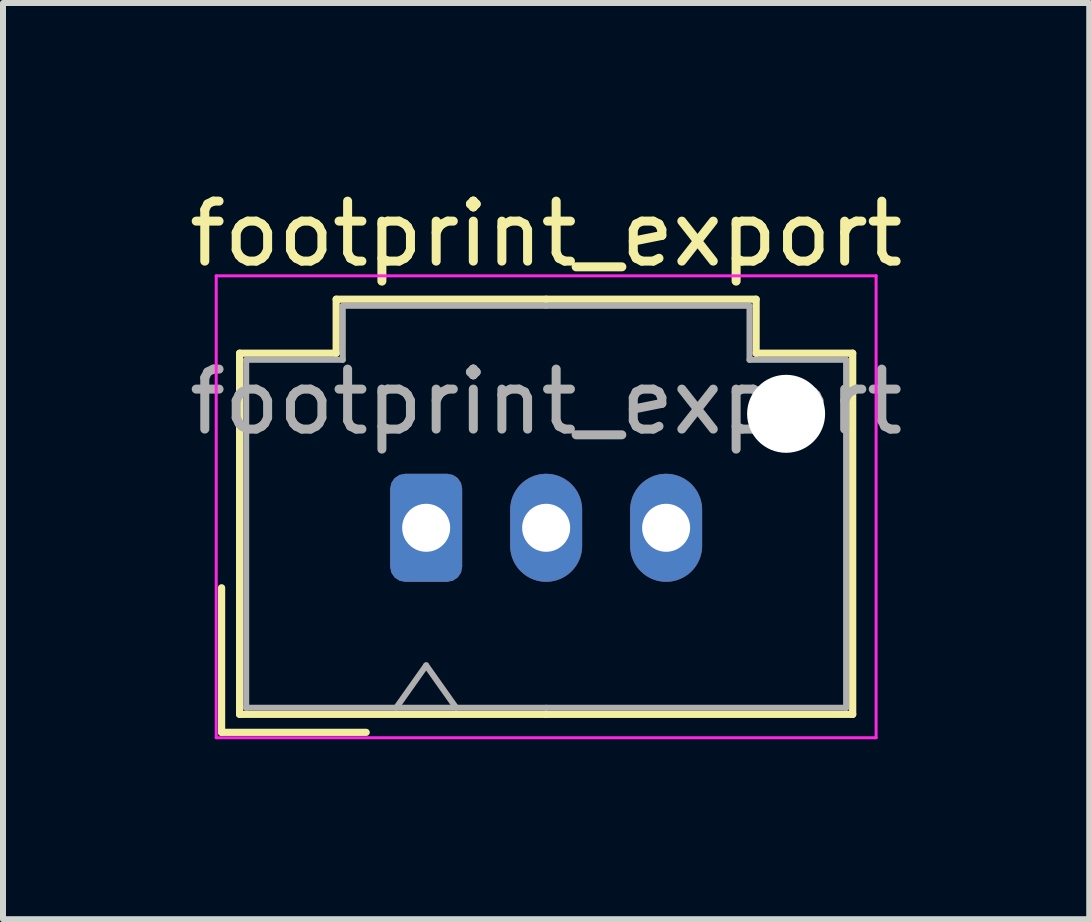
<source format=kicad_pcb>
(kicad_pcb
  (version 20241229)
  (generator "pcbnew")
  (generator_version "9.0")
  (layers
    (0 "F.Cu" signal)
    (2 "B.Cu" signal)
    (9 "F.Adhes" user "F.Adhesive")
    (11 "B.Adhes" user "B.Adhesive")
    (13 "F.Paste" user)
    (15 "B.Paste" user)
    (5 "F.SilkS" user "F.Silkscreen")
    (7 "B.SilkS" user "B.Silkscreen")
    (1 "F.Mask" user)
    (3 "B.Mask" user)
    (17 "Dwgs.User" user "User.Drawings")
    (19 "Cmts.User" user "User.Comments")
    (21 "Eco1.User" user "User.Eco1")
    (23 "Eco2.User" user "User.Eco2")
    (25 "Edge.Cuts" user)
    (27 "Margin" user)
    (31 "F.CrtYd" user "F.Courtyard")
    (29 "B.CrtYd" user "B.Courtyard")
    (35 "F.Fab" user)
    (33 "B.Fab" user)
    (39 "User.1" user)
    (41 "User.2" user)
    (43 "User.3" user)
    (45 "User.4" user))
  (footprint "footprint_export"
    (layer "F.Cu")
    (at 4.054 5.748)
    (property "Reference" "footprint_export" (at 2 -4.9 0) (layer "F.SilkS") (effects (font (size 1 1) (thickness 0.15))))
    (attr through_hole)
    (fp_line (start -3.41 1) (end -3.41 3.41) (stroke (width 0.12) (type solid)) (layer "F.SilkS"))
    (fp_line (start -3.41 3.41) (end -1 3.41) (stroke (width 0.12) (type solid)) (layer "F.SilkS"))
    (fp_line (start -3.11 -2.91) (end -3.11 3.11) (stroke (width 0.12) (type solid)) (layer "F.SilkS"))
    (fp_line (start -3.11 3.11) (end 2 3.11) (stroke (width 0.12) (type solid)) (layer "F.SilkS"))
    (fp_line (start -1.5 -3.81) (end -1.5 -2.91) (stroke (width 0.12) (type solid)) (layer "F.SilkS"))
    (fp_line (start -1.5 -2.91) (end -3.11 -2.91) (stroke (width 0.12) (type solid)) (layer "F.SilkS"))
    (fp_line (start 2 -3.81) (end -1.5 -3.81) (stroke (width 0.12) (type solid)) (layer "F.SilkS"))
    (fp_line (start 2 -3.81) (end 5.5 -3.81) (stroke (width 0.12) (type solid)) (layer "F.SilkS"))
    (fp_line (start 5.5 -3.81) (end 5.5 -2.91) (stroke (width 0.12) (type solid)) (layer "F.SilkS"))
    (fp_line (start 5.5 -2.91) (end 7.11 -2.91) (stroke (width 0.12) (type solid)) (layer "F.SilkS"))
    (fp_line (start 7.11 -2.91) (end 7.11 3.11) (stroke (width 0.12) (type solid)) (layer "F.SilkS"))
    (fp_line (start 7.11 3.11) (end 2 3.11) (stroke (width 0.12) (type solid)) (layer "F.SilkS"))
    (fp_line (start -3.5 -4.2) (end -3.5 3.5) (stroke (width 0.05) (type solid)) (layer "F.CrtYd"))
    (fp_line (start -3.5 3.5) (end 7.5 3.5) (stroke (width 0.05) (type solid)) (layer "F.CrtYd"))
    (fp_line (start 7.5 -4.2) (end -3.5 -4.2) (stroke (width 0.05) (type solid)) (layer "F.CrtYd"))
    (fp_line (start 7.5 3.5) (end 7.5 -4.2) (stroke (width 0.05) (type solid)) (layer "F.CrtYd"))
    (fp_line (start -3 -2.8) (end -3 3) (stroke (width 0.1) (type solid)) (layer "F.Fab"))
    (fp_line (start -3 3) (end 2 3) (stroke (width 0.1) (type solid)) (layer "F.Fab"))
    (fp_line (start -1.39 -3.7) (end -1.39 -2.8) (stroke (width 0.1) (type solid)) (layer "F.Fab"))
    (fp_line (start -1.39 -2.8) (end -3 -2.8) (stroke (width 0.1) (type solid)) (layer "F.Fab"))
    (fp_line (start -0.5 3) (end 0 2.293) (stroke (width 0.1) (type solid)) (layer "F.Fab"))
    (fp_line (start 0 2.293) (end 0.5 3) (stroke (width 0.1) (type solid)) (layer "F.Fab"))
    (fp_line (start 2 -3.7) (end -1.39 -3.7) (stroke (width 0.1) (type solid)) (layer "F.Fab"))
    (fp_line (start 2 -3.7) (end 5.39 -3.7) (stroke (width 0.1) (type solid)) (layer "F.Fab"))
    (fp_line (start 5.39 -3.7) (end 5.39 -2.8) (stroke (width 0.1) (type solid)) (layer "F.Fab"))
    (fp_line (start 5.39 -2.8) (end 7 -2.8) (stroke (width 0.1) (type solid)) (layer "F.Fab"))
    (fp_line (start 7 -2.8) (end 7 3) (stroke (width 0.1) (type solid)) (layer "F.Fab"))
    (fp_line (start 7 3) (end 2 3) (stroke (width 0.1) (type solid)) (layer "F.Fab"))
    (fp_text user "${REFERENCE}" (at 2 -2.1 0) (layer "F.Fab") (effects (font (size 1 1) (thickness 0.15))))
    (pad "" np_thru_hole circle (at 6 -1.9) (size 1.3 1.3) (drill 1.3) (layers "*.Cu" "*.Mask"))
    (pad "1" thru_hole roundrect (at 0 0) (size 1.2 1.8) (drill 0.8) (layers "*.Cu" "*.Mask") (roundrect_rratio 0.208))
    (pad "2" thru_hole oval (at 2 0) (size 1.2 1.8) (drill 0.8) (layers "*.Cu" "*.Mask"))
    (pad "3" thru_hole oval (at 4 0) (size 1.2 1.8) (drill 0.8) (layers "*.Cu" "*.Mask")))
  (gr_rect
    (start -3 -3)
    (end 15.107 12.273)
    (stroke (width 0.1) (type default))
    (fill no)
    (layer "Edge.Cuts")))
</source>
